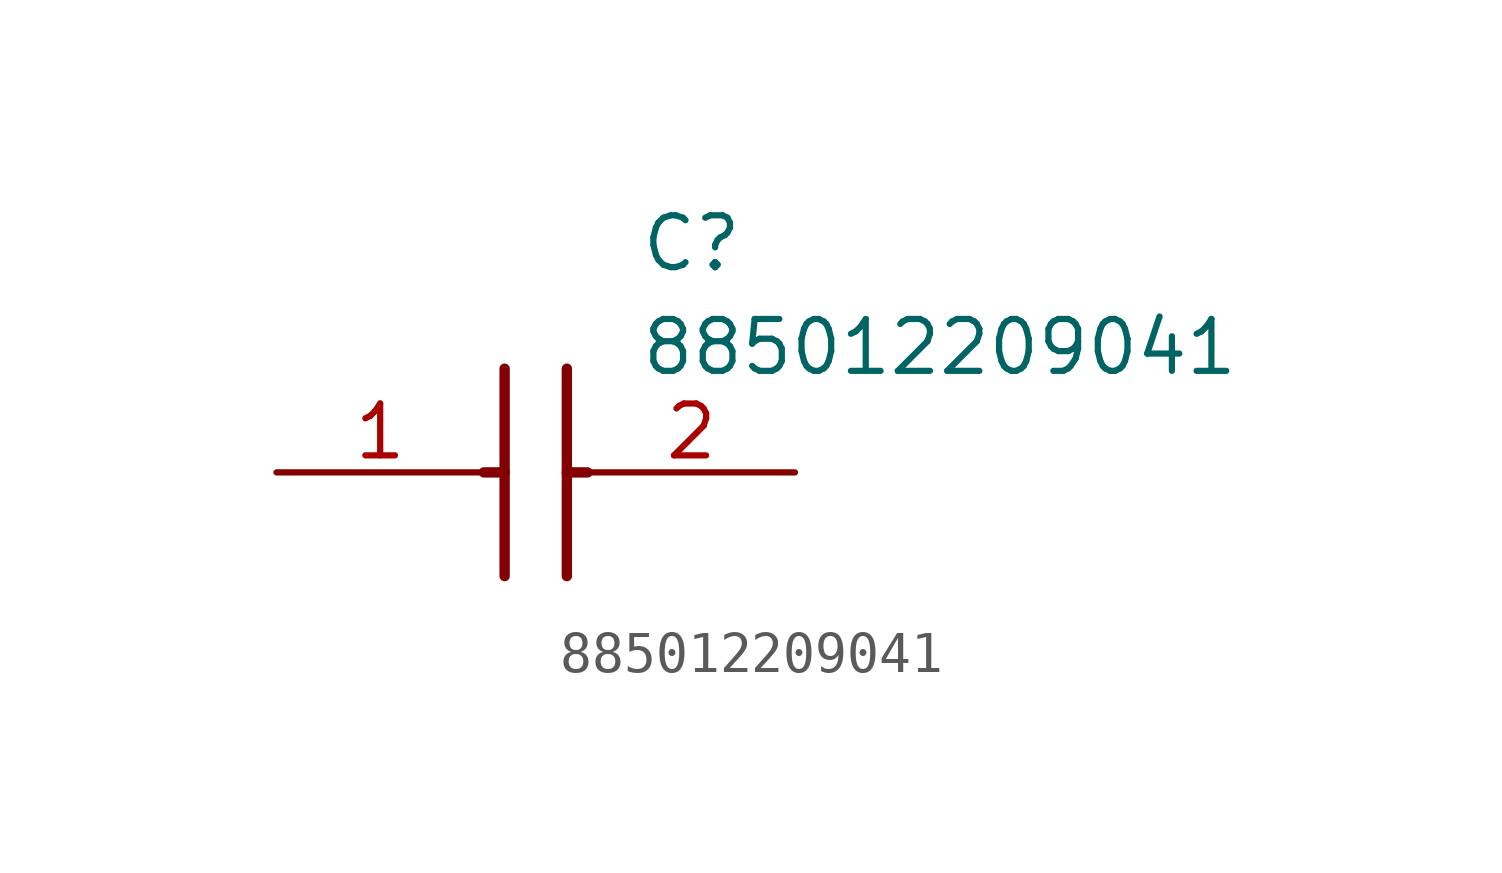
<source format=kicad_sym>
(kicad_symbol_lib
  (version 20211014)
  (generator SamacSys_ECAD_Model)
  (symbol "885012209041"
    (pin_names hide)
    (property "Reference" "C"
      (at 8.89 6.35 0)
      (effects (font (size 1.27 1.27)) (justify left top)))
    (property "Value" "885012209041"
      (at 8.89 3.81 0)
      (effects (font (size 1.27 1.27)) (justify left top)))
    (polyline
      (pts (xy 5.588 2.54) (xy 5.588 -2.54))
      (stroke (width 0.254) (type default))
      (fill (type none)))
    (polyline
      (pts (xy 7.112 2.54) (xy 7.112 -2.54))
      (stroke (width 0.254) (type default))
      (fill (type none)))
    (polyline
      (pts (xy 5.08 0) (xy 5.588 0))
      (stroke (width 0.254) (type default))
      (fill (type none)))
    (polyline
      (pts (xy 7.112 0) (xy 7.62 0))
      (stroke (width 0.254) (type default))
      (fill (type none)))
    (pin passive line
      (at 0 0 0)
      (length 5.08)
      (name "1" (effects (font (size 1.27 1.27))))
      (number "1" (effects (font (size 1.27 1.27)))))
    (pin passive line
      (at 12.7 0 180)
      (length 5.08)
      (name "2" (effects (font (size 1.27 1.27))))
      (number "2" (effects (font (size 1.27 1.27)))))))
</source>
